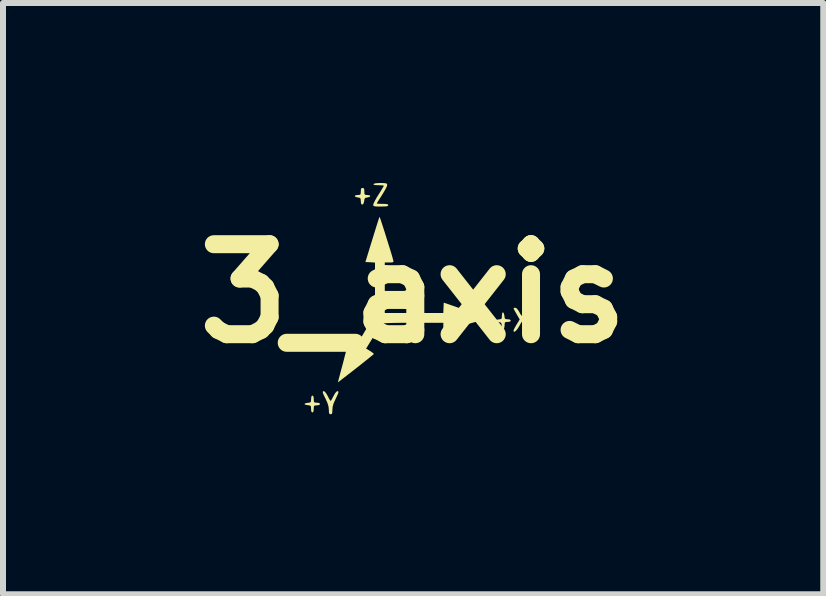
<source format=kicad_pcb>
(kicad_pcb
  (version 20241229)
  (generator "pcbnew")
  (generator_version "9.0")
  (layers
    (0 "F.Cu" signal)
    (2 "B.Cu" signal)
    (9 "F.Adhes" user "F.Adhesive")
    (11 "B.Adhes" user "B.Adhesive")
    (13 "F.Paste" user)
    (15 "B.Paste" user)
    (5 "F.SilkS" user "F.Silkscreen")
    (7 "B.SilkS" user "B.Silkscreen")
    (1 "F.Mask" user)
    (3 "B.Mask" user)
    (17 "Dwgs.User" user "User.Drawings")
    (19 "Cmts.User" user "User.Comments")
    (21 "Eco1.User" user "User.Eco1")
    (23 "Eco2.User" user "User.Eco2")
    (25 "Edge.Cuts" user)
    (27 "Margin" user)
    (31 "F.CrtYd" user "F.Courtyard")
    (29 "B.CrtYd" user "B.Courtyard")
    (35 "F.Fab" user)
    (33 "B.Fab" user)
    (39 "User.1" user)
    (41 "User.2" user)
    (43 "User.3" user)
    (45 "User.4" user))
  (footprint "3_axis"
    (layer "F.Cu")
    (at 3.836 1.842)
    (property "Reference" "3_axis" (at 0 0 0) (layer "F.SilkS") (effects (font (size 1.5 1.5) (thickness 0.3))))
    (attr board_only exclude_from_pos_files exclude_from_bom)
    (fp_poly (pts (xy -1.249 1.63) (xy -1.245 1.643) (xy -1.252 1.669) (xy -1.272 1.714) (xy -1.294 1.76) (xy -1.326 1.831) (xy -1.342 1.888) (xy -1.346 1.938) (xy -1.348 1.982) (xy -1.354 2.004) (xy -1.369 2.012) (xy -1.376 2.012) (xy -1.393 2.008) (xy -1.402 1.992) (xy -1.405 1.955) (xy -1.405 1.938) (xy -1.411 1.882) (xy -1.429 1.823) (xy -1.457 1.76) (xy -1.487 1.7) (xy -1.503 1.661) (xy -1.507 1.638) (xy -1.499 1.629) (xy -1.487 1.627) (xy -1.469 1.64) (xy -1.445 1.672) (xy -1.424 1.709) (xy -1.402 1.751) (xy -1.384 1.781) (xy -1.376 1.79) (xy -1.365 1.778) (xy -1.347 1.746) (xy -1.327 1.709) (xy -1.303 1.665) (xy -1.279 1.636) (xy -1.265 1.627)) (stroke (width 0) (type solid)) (fill yes) (layer "F.SilkS"))
    (fp_poly (pts (xy -0.824 -1.755) (xy -0.815 -1.735) (xy -0.814 -1.701) (xy -0.812 -1.663) (xy -0.802 -1.647) (xy -0.777 -1.642) (xy -0.761 -1.642) (xy -0.724 -1.636) (xy -0.713 -1.624) (xy -0.727 -1.61) (xy -0.766 -1.6) (xy -0.797 -1.594) (xy -0.811 -1.576) (xy -0.816 -1.542) (xy -0.826 -1.501) (xy -0.842 -1.482) (xy -0.862 -1.488) (xy -0.863 -1.489) (xy -0.87 -1.509) (xy -0.873 -1.545) (xy -0.873 -1.547) (xy -0.876 -1.581) (xy -0.892 -1.596) (xy -0.92 -1.6) (xy -0.959 -1.61) (xy -0.973 -1.624) (xy -0.963 -1.636) (xy -0.927 -1.642) (xy -0.926 -1.642) (xy -0.892 -1.644) (xy -0.877 -1.655) (xy -0.873 -1.683) (xy -0.873 -1.701) (xy -0.87 -1.74) (xy -0.86 -1.757) (xy -0.843 -1.76)) (stroke (width 0) (type solid)) (fill yes) (layer "F.SilkS"))
    (fp_poly (pts (xy 1.509 0.325) (xy 1.519 0.361) (xy 1.521 0.375) (xy 1.526 0.411) (xy 1.54 0.426) (xy 1.571 0.429) (xy 1.576 0.429) (xy 1.614 0.434) (xy 1.627 0.45) (xy 1.627 0.451) (xy 1.616 0.468) (xy 1.58 0.473) (xy 1.575 0.473) (xy 1.542 0.475) (xy 1.528 0.486) (xy 1.524 0.515) (xy 1.524 0.533) (xy 1.518 0.576) (xy 1.505 0.594) (xy 1.489 0.585) (xy 1.478 0.55) (xy 1.477 0.536) (xy 1.471 0.499) (xy 1.456 0.482) (xy 1.422 0.474) (xy 1.42 0.473) (xy 1.381 0.463) (xy 1.37 0.45) (xy 1.388 0.438) (xy 1.424 0.432) (xy 1.459 0.427) (xy 1.475 0.415) (xy 1.479 0.386) (xy 1.479 0.368) (xy 1.484 0.327) (xy 1.496 0.313)) (stroke (width 0) (type solid)) (fill yes) (layer "F.SilkS"))
    (fp_poly (pts (xy -1.664 1.711) (xy -1.657 1.743) (xy -1.657 1.76) (xy -1.655 1.798) (xy -1.646 1.815) (xy -1.62 1.819) (xy -1.605 1.82) (xy -1.567 1.824) (xy -1.553 1.84) (xy -1.553 1.842) (xy -1.565 1.858) (xy -1.6 1.864) (xy -1.605 1.864) (xy -1.638 1.866) (xy -1.653 1.877) (xy -1.657 1.906) (xy -1.657 1.923) (xy -1.661 1.964) (xy -1.673 1.981) (xy -1.679 1.982) (xy -1.695 1.972) (xy -1.701 1.94) (xy -1.701 1.924) (xy -1.703 1.886) (xy -1.714 1.869) (xy -1.742 1.862) (xy -1.757 1.861) (xy -1.792 1.855) (xy -1.811 1.844) (xy -1.812 1.842) (xy -1.799 1.831) (xy -1.767 1.823) (xy -1.757 1.822) (xy -1.721 1.818) (xy -1.705 1.805) (xy -1.701 1.775) (xy -1.701 1.76) (xy -1.697 1.719) (xy -1.685 1.702) (xy -1.679 1.701)) (stroke (width 0) (type solid)) (fill yes) (layer "F.SilkS"))
    (fp_poly (pts (xy 1.948 0.24) (xy 1.953 0.243) (xy 1.946 0.258) (xy 1.928 0.292) (xy 1.902 0.337) (xy 1.9 0.339) (xy 1.848 0.429) (xy 1.901 0.52) (xy 1.93 0.572) (xy 1.942 0.606) (xy 1.939 0.625) (xy 1.937 0.627) (xy 1.924 0.633) (xy 1.908 0.624) (xy 1.885 0.596) (xy 1.854 0.545) (xy 1.843 0.527) (xy 1.809 0.47) (xy 1.763 0.553) (xy 1.733 0.598) (xy 1.706 0.627) (xy 1.684 0.639) (xy 1.673 0.629) (xy 1.672 0.62) (xy 1.679 0.599) (xy 1.698 0.562) (xy 1.724 0.517) (xy 1.776 0.432) (xy 1.724 0.343) (xy 1.694 0.291) (xy 1.678 0.26) (xy 1.675 0.243) (xy 1.684 0.238) (xy 1.701 0.237) (xy 1.73 0.251) (xy 1.759 0.291) (xy 1.76 0.292) (xy 1.787 0.342) (xy 1.805 0.368) (xy 1.82 0.369) (xy 1.837 0.348) (xy 1.857 0.312) (xy 1.889 0.263) (xy 1.917 0.239) (xy 1.925 0.237)) (stroke (width 0) (type solid)) (fill yes) (layer "F.SilkS"))
    (fp_poly (pts (xy -0.489 -1.841) (xy -0.456 -1.837) (xy -0.439 -1.83) (xy -0.433 -1.816) (xy -0.432 -1.812) (xy -0.438 -1.788) (xy -0.458 -1.745) (xy -0.489 -1.691) (xy -0.517 -1.645) (xy -0.553 -1.589) (xy -0.582 -1.543) (xy -0.601 -1.512) (xy -0.607 -1.501) (xy -0.593 -1.497) (xy -0.558 -1.495) (xy -0.51 -1.494) (xy -0.456 -1.493) (xy -0.426 -1.487) (xy -0.415 -1.477) (xy -0.414 -1.472) (xy -0.42 -1.461) (xy -0.439 -1.454) (xy -0.478 -1.451) (xy -0.54 -1.45) (xy -0.601 -1.45) (xy -0.638 -1.453) (xy -0.658 -1.459) (xy -0.665 -1.469) (xy -0.666 -1.48) (xy -0.658 -1.504) (xy -0.637 -1.547) (xy -0.607 -1.601) (xy -0.577 -1.649) (xy -0.541 -1.706) (xy -0.513 -1.753) (xy -0.494 -1.785) (xy -0.488 -1.797) (xy -0.502 -1.801) (xy -0.537 -1.804) (xy -0.578 -1.805) (xy -0.631 -1.807) (xy -0.657 -1.813) (xy -0.662 -1.823) (xy -0.644 -1.834) (xy -0.6 -1.84) (xy -0.546 -1.842)) (stroke (width 0) (type solid)) (fill yes) (layer "F.SilkS"))
    (fp_poly (pts (xy -0.555 -1.267) (xy -0.542 -1.231) (xy -0.524 -1.176) (xy -0.501 -1.105) (xy -0.475 -1.024) (xy -0.448 -0.937) (xy -0.42 -0.848) (xy -0.393 -0.762) (xy -0.369 -0.684) (xy -0.349 -0.617) (xy -0.335 -0.565) (xy -0.33 -0.549) (xy -0.328 -0.531) (xy -0.338 -0.521) (xy -0.368 -0.518) (xy -0.398 -0.518) (xy -0.473 -0.518) (xy -0.473 -0.096) (xy -0.473 0.325) (xy 0.014 0.325) (xy 0.502 0.325) (xy 0.506 0.239) (xy 0.51 0.152) (xy 0.876 0.279) (xy 0.973 0.313) (xy 1.06 0.345) (xy 1.133 0.372) (xy 1.188 0.394) (xy 1.222 0.408) (xy 1.231 0.415) (xy 1.214 0.421) (xy 1.173 0.434) (xy 1.112 0.452) (xy 1.034 0.475) (xy 0.944 0.5) (xy 0.88 0.518) (xy 0.784 0.544) (xy 0.696 0.568) (xy 0.622 0.589) (xy 0.566 0.605) (xy 0.531 0.615) (xy 0.521 0.618) (xy 0.509 0.612) (xy 0.504 0.581) (xy 0.503 0.556) (xy 0.503 0.488) (xy -0.006 0.488) (xy -0.15 0.488) (xy -0.267 0.489) (xy -0.36 0.491) (xy -0.429 0.493) (xy -0.479 0.496) (xy -0.511 0.5) (xy -0.527 0.505) (xy -0.529 0.507) (xy -0.542 0.525) (xy -0.566 0.564) (xy -0.601 0.619) (xy -0.641 0.684) (xy -0.664 0.722) (xy -0.784 0.918) (xy -0.718 0.958) (xy -0.682 0.982) (xy -0.659 1.001) (xy -0.655 1.008) (xy -0.667 1.019) (xy -0.699 1.045) (xy -0.746 1.084) (xy -0.806 1.131) (xy -0.874 1.186) (xy -0.947 1.243) (xy -1.021 1.301) (xy -1.092 1.356) (xy -1.157 1.406) (xy -1.201 1.44) (xy -1.255 1.481) (xy -1.197 1.262) (xy -1.172 1.17) (xy -1.147 1.072) (xy -1.123 0.979) (xy -1.103 0.902) (xy -1.1 0.891) (xy -1.061 0.739) (xy -1.026 0.761) (xy -0.988 0.787) (xy -0.96 0.804) (xy -0.939 0.81) (xy -0.919 0.803) (xy -0.898 0.781) (xy -0.871 0.741) (xy -0.835 0.68) (xy -0.8 0.621) (xy -0.758 0.552) (xy -0.721 0.494) (xy -0.691 0.451) (xy -0.671 0.426) (xy -0.664 0.423) (xy -0.657 0.419) (xy -0.659 0.409) (xy -0.658 0.385) (xy -0.652 0.378) (xy -0.647 0.36) (xy -0.642 0.315) (xy -0.639 0.24) (xy -0.637 0.137) (xy -0.636 0.005) (xy -0.636 -0.074) (xy -0.636 -0.516) (xy -0.716 -0.521) (xy -0.796 -0.525) (xy -0.681 -0.899) (xy -0.65 -0.999) (xy -0.622 -1.089) (xy -0.598 -1.166) (xy -0.579 -1.226) (xy -0.566 -1.265) (xy -0.56 -1.279)) (stroke (width 0) (type solid)) (fill yes) (layer "F.SilkS")))
  (gr_rect
    (start -3 -3)
    (end 10.671 6.854)
    (stroke (width 0.1) (type default))
    (fill no)
    (layer "Edge.Cuts")))
</source>
